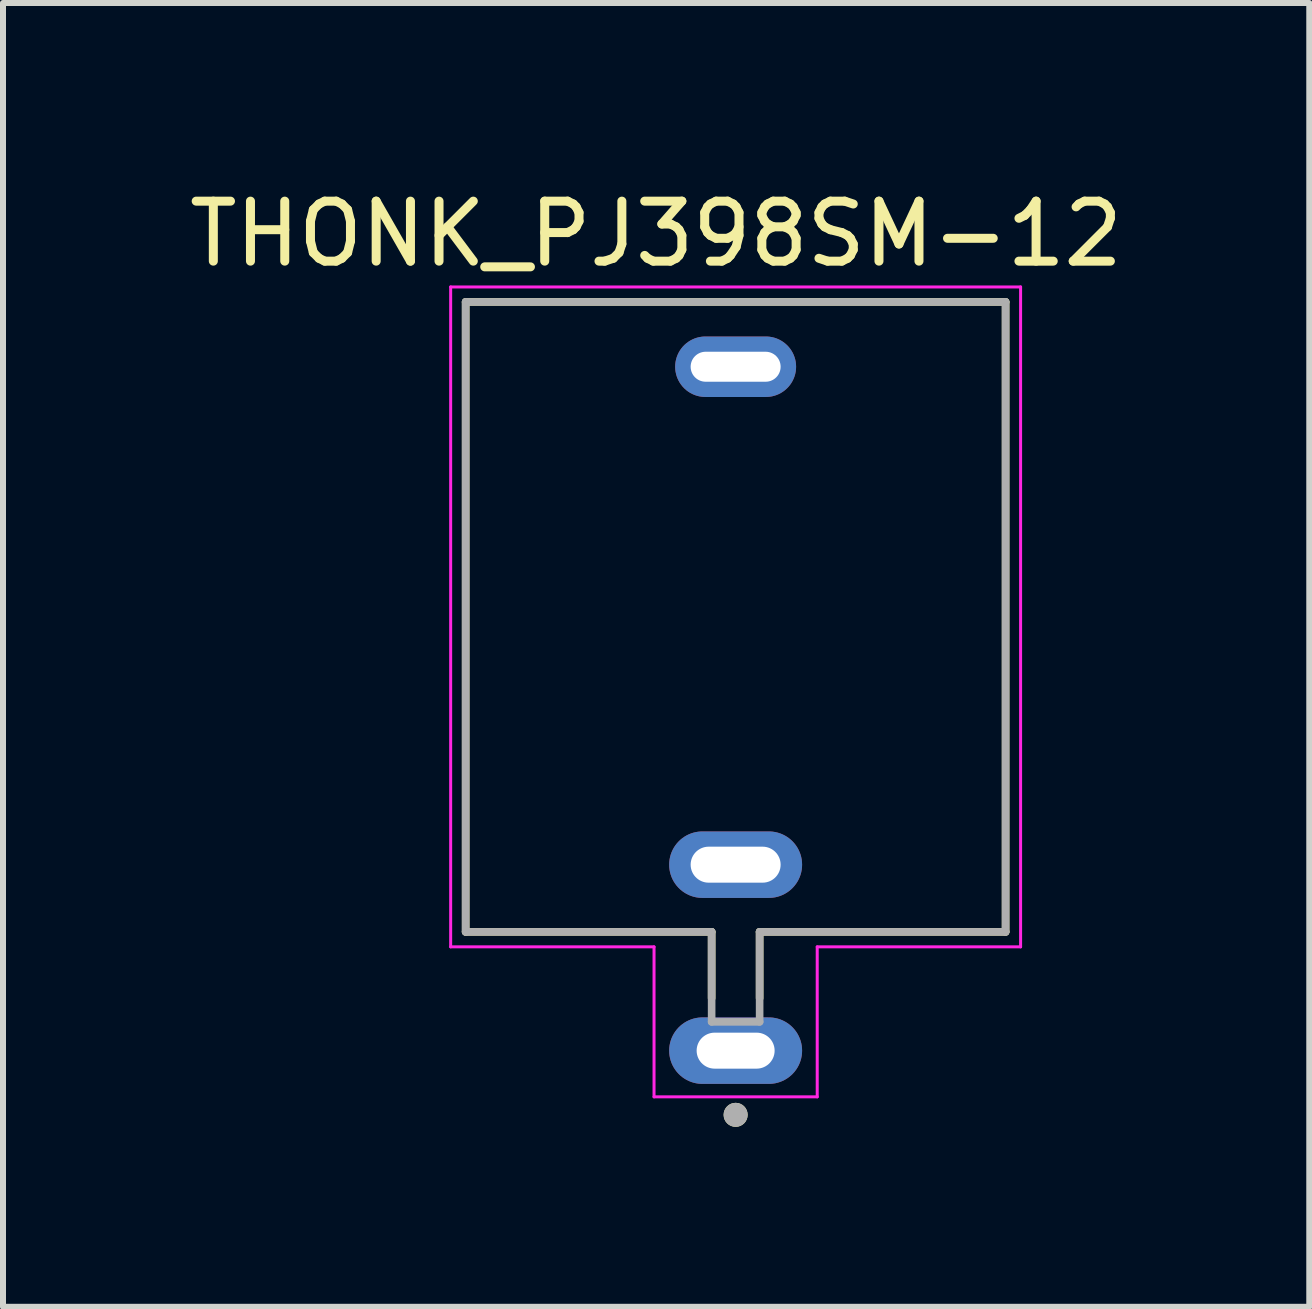
<source format=kicad_pcb>
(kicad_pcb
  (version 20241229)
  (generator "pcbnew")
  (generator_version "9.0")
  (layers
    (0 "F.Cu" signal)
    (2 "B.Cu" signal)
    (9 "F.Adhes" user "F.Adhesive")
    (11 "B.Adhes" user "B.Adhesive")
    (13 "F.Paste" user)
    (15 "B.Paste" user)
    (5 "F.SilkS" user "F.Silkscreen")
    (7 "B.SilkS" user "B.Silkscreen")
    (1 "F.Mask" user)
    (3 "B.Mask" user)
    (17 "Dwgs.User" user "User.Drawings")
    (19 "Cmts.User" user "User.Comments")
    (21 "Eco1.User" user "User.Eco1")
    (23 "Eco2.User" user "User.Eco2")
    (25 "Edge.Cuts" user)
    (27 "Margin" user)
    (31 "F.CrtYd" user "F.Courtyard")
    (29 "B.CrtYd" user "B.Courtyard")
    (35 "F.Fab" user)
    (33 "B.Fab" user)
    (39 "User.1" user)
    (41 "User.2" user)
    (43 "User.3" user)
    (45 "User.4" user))
  (footprint "THONK_PJ398SM-12"
    (layer "F.Cu")
    (at 9.212 7.983)
    (property "Reference" "THONK_PJ398SM-12" (at -1.325 -7.135 0) (layer "F.SilkS") (effects (font (size 1 1) (thickness 0.15))))
    (attr through_hole)
    (fp_line (start -4.5 -6) (end -4.5 4.5) (stroke (width 0.127) (type solid)) (layer "F.SilkS"))
    (fp_line (start -4.5 -6) (end 4.5 -6) (stroke (width 0.127) (type solid)) (layer "F.SilkS"))
    (fp_line (start -4.5 4.5) (end -0.4 4.5) (stroke (width 0.127) (type solid)) (layer "F.SilkS"))
    (fp_line (start -0.4 4.5) (end -0.4 5.605) (stroke (width 0.127) (type solid)) (layer "F.SilkS"))
    (fp_line (start 0.4 4.5) (end 4.5 4.5) (stroke (width 0.127) (type solid)) (layer "F.SilkS"))
    (fp_line (start 0.4 5.605) (end 0.4 4.5) (stroke (width 0.127) (type solid)) (layer "F.SilkS"))
    (fp_line (start 4.5 4.5) (end 4.5 -6) (stroke (width 0.127) (type solid)) (layer "F.SilkS"))
    (fp_circle (center 0 7.55) (end 0.1 7.55) (stroke (width 0.2) (type solid)) (fill no) (layer "F.SilkS"))
    (fp_line (start -4.75 -6.25) (end 4.75 -6.25) (stroke (width 0.05) (type solid)) (layer "F.CrtYd"))
    (fp_line (start -4.75 4.75) (end -4.75 -6.25) (stroke (width 0.05) (type solid)) (layer "F.CrtYd"))
    (fp_line (start -1.36 4.75) (end -4.75 4.75) (stroke (width 0.05) (type solid)) (layer "F.CrtYd"))
    (fp_line (start -1.36 7.25) (end -1.36 4.75) (stroke (width 0.05) (type solid)) (layer "F.CrtYd"))
    (fp_line (start 1.36 4.75) (end 1.36 7.25) (stroke (width 0.05) (type solid)) (layer "F.CrtYd"))
    (fp_line (start 1.36 7.25) (end -1.36 7.25) (stroke (width 0.05) (type solid)) (layer "F.CrtYd"))
    (fp_line (start 4.75 -6.25) (end 4.75 4.75) (stroke (width 0.05) (type solid)) (layer "F.CrtYd"))
    (fp_line (start 4.75 4.75) (end 1.36 4.75) (stroke (width 0.05) (type solid)) (layer "F.CrtYd"))
    (fp_line (start -4.5 -6) (end -4.5 4.5) (stroke (width 0.127) (type solid)) (layer "F.Fab"))
    (fp_line (start -4.5 -6) (end 4.5 -6) (stroke (width 0.127) (type solid)) (layer "F.Fab"))
    (fp_line (start -4.5 4.5) (end -0.4 4.5) (stroke (width 0.127) (type solid)) (layer "F.Fab"))
    (fp_line (start -0.4 4.5) (end -0.4 6) (stroke (width 0.127) (type solid)) (layer "F.Fab"))
    (fp_line (start -0.4 6) (end 0.4 6) (stroke (width 0.127) (type solid)) (layer "F.Fab"))
    (fp_line (start 0.4 4.5) (end 4.5 4.5) (stroke (width 0.127) (type solid)) (layer "F.Fab"))
    (fp_line (start 0.4 6) (end 0.4 4.5) (stroke (width 0.127) (type solid)) (layer "F.Fab"))
    (fp_line (start 4.5 4.5) (end 4.5 -6) (stroke (width 0.127) (type solid)) (layer "F.Fab"))
    (fp_circle (center 0 7.55) (end 0.1 7.55) (stroke (width 0.2) (type solid)) (fill no) (layer "F.Fab"))
    (pad "1" thru_hole oval (at 0 6.48) (size 2.216 1.108) (drill oval 1.3 0.6) (layers "*.Cu" "*.Mask"))
    (pad "2" thru_hole oval (at 0 3.38) (size 2.216 1.108) (drill oval 1.5 0.6) (layers "*.Cu" "*.Mask"))
    (pad "3" thru_hole oval (at 0 -4.92) (size 2.016 1.008) (drill oval 1.5 0.5) (layers "*.Cu" "*.Mask"))
    (zone (net_name "") (layer "F.Cu") (hatch full 0.508) (connect_pads) (min_thickness 0.01) (filled_areas_thickness no) (keepout (tracks not_allowed) (vias not_allowed) (pads not_allowed) (copperpour not_allowed) (footprints allowed)) (placement (enabled no)) (fill) (polygon (pts (xy 6.412 5.183) (xy 12.012 5.183) (xy 12.012 10.783) (xy 6.412 10.783))))
    (zone (net_name "") (layers "F.Cu" "B.Cu") (hatch full 0.508) (connect_pads) (min_thickness 0.01) (filled_areas_thickness no) (keepout (tracks allowed) (vias not_allowed) (pads allowed) (copperpour allowed) (footprints allowed)) (placement (enabled no)) (fill) (polygon (pts (xy 6.412 5.183) (xy 12.012 5.183) (xy 12.012 10.783) (xy 6.412 10.783)))))
  (gr_rect
    (start -3 -3)
    (end 18.774 18.733)
    (stroke (width 0.1) (type default))
    (fill no)
    (layer "Edge.Cuts")))
</source>
